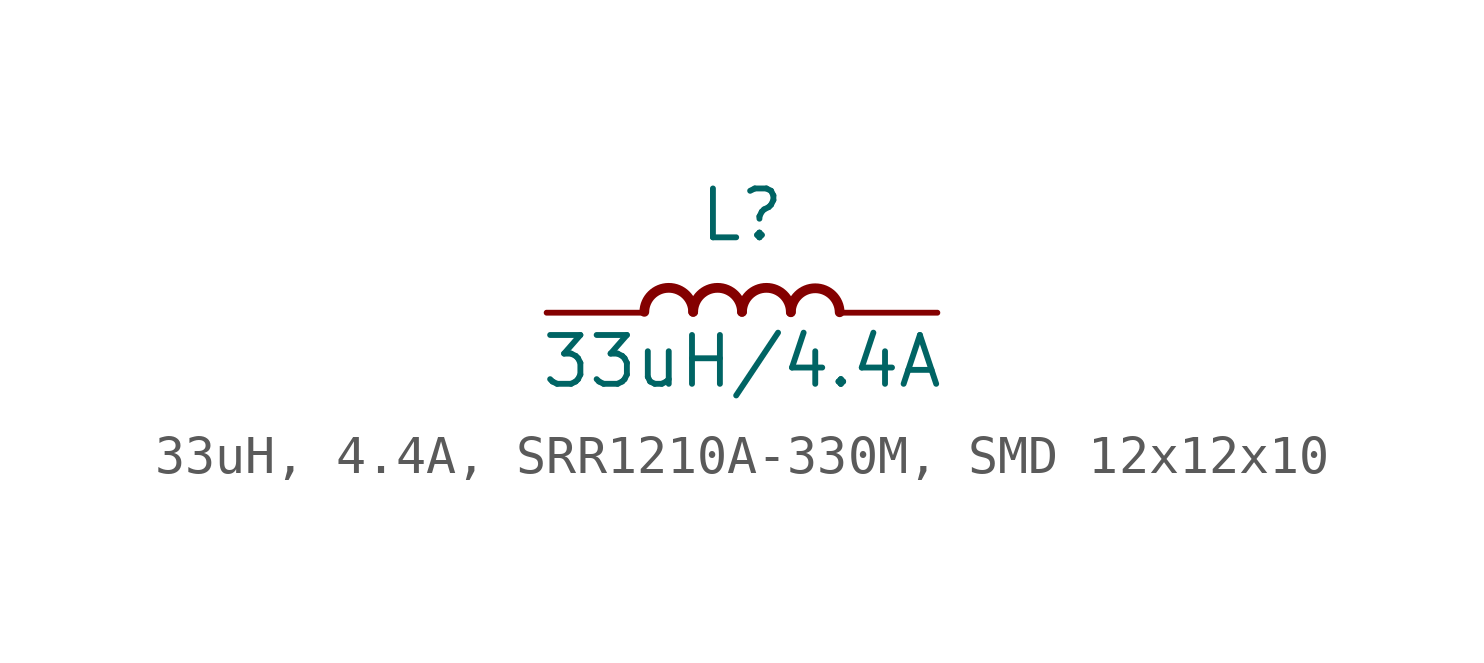
<source format=kicad_sym>
(kicad_symbol_lib
  (version 20241209)
  (generator "kicad_symbol_editor")
  (generator_version "9.0")
  (symbol "33uH, 4.4A, SRR1210A-330M, SMD 12x12x10"
    (pin_numbers
      (hide yes))
    (pin_names
      (offset 0)
      (hide yes))
    (property "Reference" "L"
      (at 0 2.54 0)
      (effects (font (size 1.27 1.27))))
    (property "Value" "33uH/4.4A"
      (at 0 -1.27 0)
      (effects (font (size 1.27 1.27))))
    (symbol "33uH, 4.4A, SRR1210A-330M, SMD 12x12x10_1_1"
      (arc (start -2.54 0.0226) (mid -1.905 0.6464) (end -1.27 0.0226) (stroke (width 0.254) (type default)) (fill (type none)))
      (arc (start -1.27 0.0226) (mid -0.635 0.6464) (end 0 0.0226) (stroke (width 0.254) (type default)) (fill (type none)))
      (arc (start 0 0.0226) (mid 0.635 0.6464) (end 1.27 0.0226) (stroke (width 0.254) (type default)) (fill (type none)))
      (arc (start 1.27 0.0113) (mid 1.905 0.6351) (end 2.54 0.0113) (stroke (width 0.254) (type default)) (fill (type none)))
      (pin passive line (at -5.08 0 0) (length 2.54) (name "1" (effects (font (size 1.27 1.27)))) (number "1" (effects (font (size 1.27 1.27)))))
      (pin passive line (at 5.08 0 180) (length 2.54) (name "2" (effects (font (size 1.27 1.27)))) (number "2" (effects (font (size 1.27 1.27))))))))
</source>
